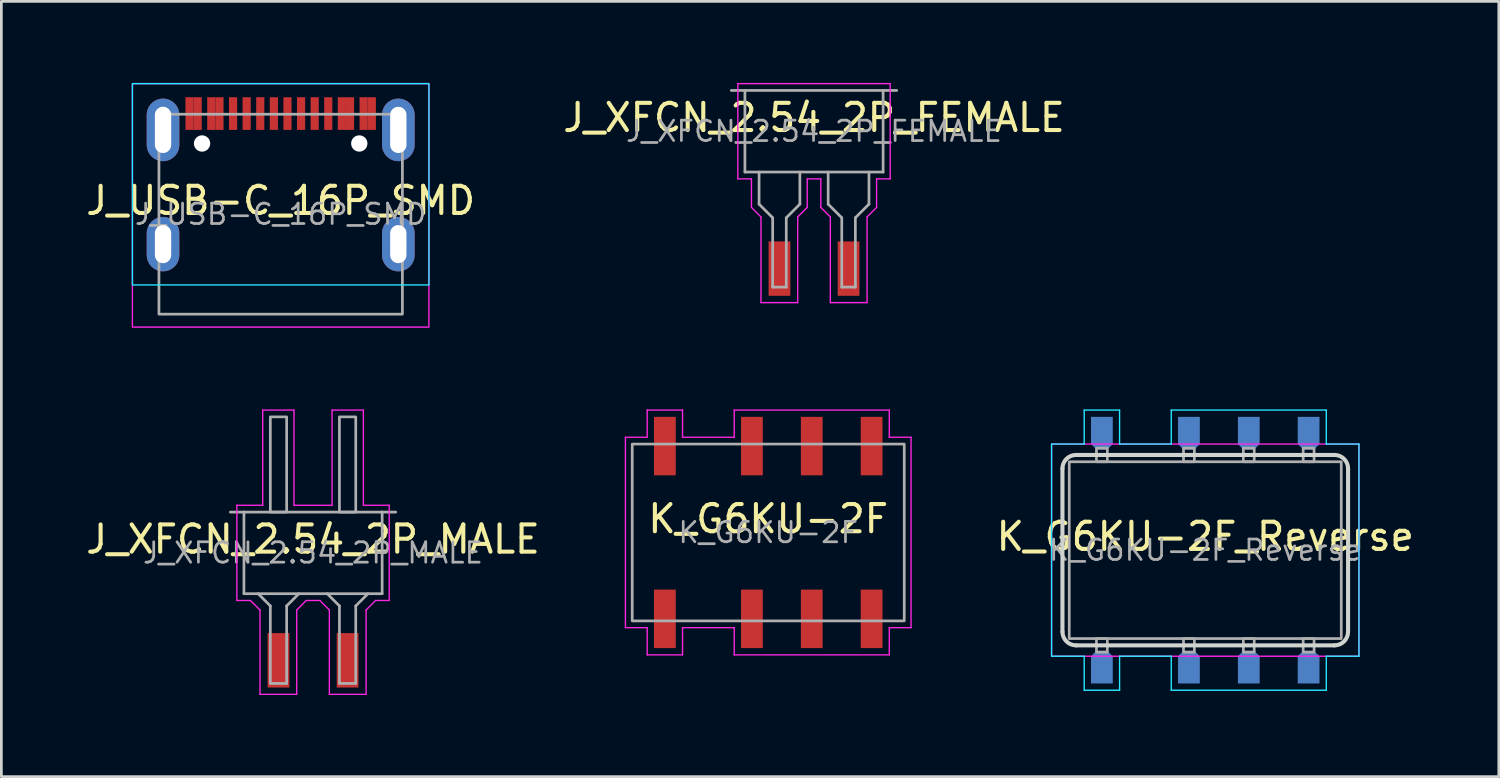
<source format=kicad_pcb>
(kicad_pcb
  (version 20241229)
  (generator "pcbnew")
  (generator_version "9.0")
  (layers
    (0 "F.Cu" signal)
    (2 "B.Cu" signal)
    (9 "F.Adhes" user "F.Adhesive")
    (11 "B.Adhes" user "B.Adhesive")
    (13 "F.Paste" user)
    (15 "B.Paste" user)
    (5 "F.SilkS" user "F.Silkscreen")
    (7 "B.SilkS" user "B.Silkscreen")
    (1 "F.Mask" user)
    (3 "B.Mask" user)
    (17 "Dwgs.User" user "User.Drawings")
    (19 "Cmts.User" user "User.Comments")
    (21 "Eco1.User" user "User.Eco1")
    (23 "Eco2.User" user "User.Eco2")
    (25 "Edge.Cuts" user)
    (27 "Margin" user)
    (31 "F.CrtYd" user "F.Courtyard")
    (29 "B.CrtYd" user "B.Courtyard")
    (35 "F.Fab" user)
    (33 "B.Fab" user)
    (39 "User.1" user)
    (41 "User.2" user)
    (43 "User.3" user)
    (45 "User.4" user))
  (footprint "J_USB-C_16P_SMD"
    (layer "F.Cu")
    (at 7.268 4.825)
    (property "Reference" "J_USB-C_16P_SMD" (at 0 -0.5 0) (unlocked yes) (layer "F.SilkS") (effects (font (size 1 1) (thickness 0.15))))
    (attr smd)
    (fp_rect (start -5.45 -4.8) (end 5.45 2.6) (stroke (width 0.05) (type default)) (fill no) (layer "B.CrtYd"))
    (fp_rect (start -5.45 -4.8) (end 5.45 4.15) (stroke (width 0.05) (type default)) (fill no) (layer "F.CrtYd"))
    (fp_rect (start -4.475 3.675) (end 4.475 -3.675) (stroke (width 0.1) (type default)) (fill no) (layer "F.Fab"))
    (fp_text user "${REFERENCE}" (at 0 0 0) (layer "F.Fab") (effects (font (size 0.75 0.75) (thickness 0.1))))
    (pad "" np_thru_hole circle (at -2.89 -2.6 270) (size 0.6 0.6) (drill 0.6) (layers "*.Cu" "*.Mask"))
    (pad "" np_thru_hole circle (at 2.89 -2.6 270) (size 0.6 0.6) (drill 0.6) (layers "*.Cu" "*.Mask"))
    (pad "A1" smd rect (at -3.35 -3.7) (size 0.3 1.2) (layers "F.Cu" "F.Mask" "F.Paste"))
    (pad "A4" smd rect (at -2.55 -3.7) (size 0.3 1.2) (layers "F.Cu" "F.Mask" "F.Paste"))
    (pad "A5" smd rect (at -1.25 -3.7) (size 0.3 1.2) (layers "F.Cu" "F.Mask" "F.Paste"))
    (pad "A6" smd rect (at -0.25 -3.7) (size 0.3 1.2) (layers "F.Cu" "F.Mask" "F.Paste"))
    (pad "A7" smd rect (at 0.25 -3.7) (size 0.3 1.2) (layers "F.Cu" "F.Mask" "F.Paste"))
    (pad "A8" smd rect (at 1.25 -3.7) (size 0.3 1.2) (layers "F.Cu" "F.Mask" "F.Paste"))
    (pad "A9" smd rect (at 2.55 -3.7) (size 0.3 1.2) (layers "F.Cu" "F.Mask" "F.Paste"))
    (pad "A12" smd rect (at 3.35 -3.7) (size 0.3 1.2) (layers "F.Cu" "F.Mask" "F.Paste"))
    (pad "B1" smd rect (at 3.05 -3.7) (size 0.3 1.2) (layers "F.Cu" "F.Mask" "F.Paste"))
    (pad "B4" smd rect (at 2.25 -3.7) (size 0.3 1.2) (layers "F.Cu" "F.Mask" "F.Paste"))
    (pad "B5" smd rect (at 1.75 -3.7) (size 0.3 1.2) (layers "F.Cu" "F.Mask" "F.Paste"))
    (pad "B6" smd rect (at 0.75 -3.7) (size 0.3 1.2) (layers "F.Cu" "F.Mask" "F.Paste"))
    (pad "B7" smd rect (at -0.75 -3.7) (size 0.3 1.2) (layers "F.Cu" "F.Mask" "F.Paste"))
    (pad "B8" smd rect (at -1.75 -3.7) (size 0.3 1.2) (layers "F.Cu" "F.Mask" "F.Paste"))
    (pad "B9" smd rect (at -2.25 -3.7) (size 0.3 1.2) (layers "F.Cu" "F.Mask" "F.Paste"))
    (pad "B12" smd rect (at -3.05 -3.7) (size 0.3 1.2) (layers "F.Cu" "F.Mask" "F.Paste"))
    (pad "S1" thru_hole oval (at -4.325 -3.1 270) (size 2.3 1.2) (drill oval 1.7 0.6) (layers "*.Cu" "*.Mask"))
    (pad "S1" thru_hole oval (at -4.325 1.1 270) (size 2 1.2) (drill oval 1.4 0.6) (layers "*.Cu" "*.Mask"))
    (pad "S1" thru_hole oval (at 4.325 -3.1 270) (size 2.3 1.2) (drill oval 1.7 0.6) (layers "*.Cu" "*.Mask"))
    (pad "S1" thru_hole oval (at 4.325 1.1 270) (size 2 1.2) (drill oval 1.4 0.6) (layers "*.Cu" "*.Mask")))
  (footprint "K_G6KU-2F_Reverse"
    (layer "F.Cu")
    (at 41.258 17.175)
    (property "Reference" "K_G6KU-2F_Reverse" (at 0 -0.5 0) (unlocked yes) (layer "F.SilkS") (effects (font (size 1 1) (thickness 0.15))))
    (attr smd)
    (fp_line (start -5.25 3) (end -5.25 -3) (stroke (width 0.15) (type default)) (layer "Edge.Cuts"))
    (fp_line (start -4.75 -3.5) (end 4.75 -3.5) (stroke (width 0.15) (type default)) (layer "Edge.Cuts"))
    (fp_line (start 4.75 3.5) (end -4.75 3.5) (stroke (width 0.15) (type default)) (layer "Edge.Cuts"))
    (fp_line (start 5.25 -3) (end 5.25 3) (stroke (width 0.15) (type default)) (layer "Edge.Cuts"))
    (fp_arc (start -5.25 -3) (mid -5.103553 -3.353553) (end -4.75 -3.5) (stroke (width 0.15) (type default)) (layer "Edge.Cuts"))
    (fp_arc (start -4.75 3.5) (mid -5.103553 3.353553) (end -5.25 3) (stroke (width 0.15) (type default)) (layer "Edge.Cuts"))
    (fp_arc (start 4.75 -3.5) (mid 5.103553 -3.353553) (end 5.25 -3) (stroke (width 0.15) (type default)) (layer "Edge.Cuts"))
    (fp_arc (start 5.25 3) (mid 5.103553 3.353553) (end 4.75 3.5) (stroke (width 0.15) (type default)) (layer "Edge.Cuts"))
    (fp_line (start -5.65 -3.9) (end -5.65 3.9) (stroke (width 0.05) (type default)) (layer "B.CrtYd"))
    (fp_line (start -5.65 3.9) (end -4.45 3.9) (stroke (width 0.05) (type default)) (layer "B.CrtYd"))
    (fp_line (start -4.45 -5.15) (end -4.45 -3.9) (stroke (width 0.05) (type default)) (layer "B.CrtYd"))
    (fp_line (start -4.45 -3.9) (end -5.65 -3.9) (stroke (width 0.05) (type default)) (layer "B.CrtYd"))
    (fp_line (start -4.45 3.9) (end -4.45 5.15) (stroke (width 0.05) (type default)) (layer "B.CrtYd"))
    (fp_line (start -4.45 5.15) (end -3.15 5.15) (stroke (width 0.05) (type default)) (layer "B.CrtYd"))
    (fp_line (start -3.15 -5.15) (end -4.45 -5.15) (stroke (width 0.05) (type default)) (layer "B.CrtYd"))
    (fp_line (start -3.15 -3.9) (end -3.15 -5.15) (stroke (width 0.05) (type default)) (layer "B.CrtYd"))
    (fp_line (start -3.15 3.9) (end -1.25 3.9) (stroke (width 0.05) (type default)) (layer "B.CrtYd"))
    (fp_line (start -3.15 5.15) (end -3.15 3.9) (stroke (width 0.05) (type default)) (layer "B.CrtYd"))
    (fp_line (start -1.25 -5.15) (end -1.25 -3.9) (stroke (width 0.05) (type default)) (layer "B.CrtYd"))
    (fp_line (start -1.25 -3.9) (end -3.15 -3.9) (stroke (width 0.05) (type default)) (layer "B.CrtYd"))
    (fp_line (start -1.25 3.9) (end -1.25 5.15) (stroke (width 0.05) (type default)) (layer "B.CrtYd"))
    (fp_line (start -1.25 5.15) (end 4.45 5.15) (stroke (width 0.05) (type default)) (layer "B.CrtYd"))
    (fp_line (start 4.45 -5.15) (end -1.25 -5.15) (stroke (width 0.05) (type default)) (layer "B.CrtYd"))
    (fp_line (start 4.45 -3.9) (end 4.45 -5.15) (stroke (width 0.05) (type default)) (layer "B.CrtYd"))
    (fp_line (start 4.45 3.9) (end 5.65 3.9) (stroke (width 0.05) (type default)) (layer "B.CrtYd"))
    (fp_line (start 4.45 5.15) (end 4.45 3.9) (stroke (width 0.05) (type default)) (layer "B.CrtYd"))
    (fp_line (start 5.65 -3.9) (end 4.45 -3.9) (stroke (width 0.05) (type default)) (layer "B.CrtYd"))
    (fp_line (start 5.65 3.9) (end 5.65 -3.9) (stroke (width 0.05) (type default)) (layer "B.CrtYd"))
    (fp_rect (start -5.65 3.9) (end 5.65 -3.9) (stroke (width 0.05) (type default)) (fill no) (layer "F.CrtYd"))
    (fp_rect (start -4 -3.25) (end -3.6 -3.75) (stroke (width 0.1) (type default)) (fill no) (layer "F.Fab"))
    (fp_rect (start -3.6 3.25) (end -4 3.75) (stroke (width 0.1) (type default)) (fill no) (layer "F.Fab"))
    (fp_rect (start -0.8 -3.25) (end -0.4 -3.75) (stroke (width 0.1) (type default)) (fill no) (layer "F.Fab"))
    (fp_rect (start -0.4 3.25) (end -0.8 3.75) (stroke (width 0.1) (type default)) (fill no) (layer "F.Fab"))
    (fp_rect (start 1.4 -3.25) (end 1.8 -3.75) (stroke (width 0.1) (type default)) (fill no) (layer "F.Fab"))
    (fp_rect (start 1.8 3.25) (end 1.4 3.75) (stroke (width 0.1) (type default)) (fill no) (layer "F.Fab"))
    (fp_rect (start 3.6 -3.25) (end 4 -3.75) (stroke (width 0.1) (type default)) (fill no) (layer "F.Fab"))
    (fp_rect (start 4 3.25) (end 3.6 3.75) (stroke (width 0.1) (type default)) (fill no) (layer "F.Fab"))
    (fp_rect (start 5 -3.25) (end -5 3.25) (stroke (width 0.1) (type default)) (fill no) (layer "F.Fab"))
    (fp_text user "${REFERENCE}" (at 0 0 180) (layer "F.Fab") (effects (font (size 0.75 0.75) (thickness 0.1))))
    (pad "1" smd roundrect (at -3.8 4.3 270) (size 1.2 0.8) (layers "B.Cu" "B.Mask") (roundrect_rratio 0) (chamfer_ratio 0.25) (chamfer top_left bottom_left))
    (pad "2" smd roundrect (at -0.6 4.3 270) (size 1.2 0.8) (layers "B.Cu" "B.Mask") (roundrect_rratio 0) (chamfer_ratio 0.25) (chamfer top_left bottom_left))
    (pad "3" smd roundrect (at 1.6 4.3 270) (size 1.2 0.8) (layers "B.Cu" "B.Mask") (roundrect_rratio 0) (chamfer_ratio 0.25) (chamfer top_left bottom_left))
    (pad "4" smd roundrect (at 3.8 4.3 270) (size 1.2 0.8) (layers "B.Cu" "B.Mask") (roundrect_rratio 0) (chamfer_ratio 0.25) (chamfer top_left bottom_left))
    (pad "5" smd roundrect (at 3.8 -4.3 90) (size 1.2 0.8) (layers "B.Cu" "B.Mask") (roundrect_rratio 0) (chamfer_ratio 0.25) (chamfer top_left bottom_left))
    (pad "6" smd roundrect (at 1.6 -4.3 90) (size 1.2 0.8) (layers "B.Cu" "B.Mask") (roundrect_rratio 0) (chamfer_ratio 0.25) (chamfer top_left bottom_left))
    (pad "7" smd roundrect (at -0.6 -4.3 90) (size 1.2 0.8) (layers "B.Cu" "B.Mask") (roundrect_rratio 0) (chamfer_ratio 0.25) (chamfer top_left bottom_left))
    (pad "8" smd roundrect (at -3.8 -4.3 90) (size 1.2 0.8) (layers "B.Cu" "B.Mask") (roundrect_rratio 0) (chamfer_ratio 0.25) (chamfer top_left bottom_left)))
  (footprint "K_G6KU-2F"
    (layer "F.Cu")
    (at 25.192 16.525)
    (property "Reference" "K_G6KU-2F" (at 0 -0.5 0) (unlocked yes) (layer "F.SilkS") (effects (font (size 1 1) (thickness 0.15))))
    (attr smd)
    (fp_line (start -5.25 -3.5) (end -4.45 -3.5) (stroke (width 0.05) (type default)) (layer "F.CrtYd"))
    (fp_line (start -5.25 3.5) (end -5.25 -3.5) (stroke (width 0.05) (type default)) (layer "F.CrtYd"))
    (fp_line (start -5.25 3.5) (end -4.45 3.5) (stroke (width 0.05) (type default)) (layer "F.CrtYd"))
    (fp_line (start -4.45 -4.5) (end -3.15 -4.5) (stroke (width 0.05) (type default)) (layer "F.CrtYd"))
    (fp_line (start -4.45 -3.5) (end -4.45 -4.5) (stroke (width 0.05) (type default)) (layer "F.CrtYd"))
    (fp_line (start -4.45 3.5) (end -4.45 4.5) (stroke (width 0.05) (type default)) (layer "F.CrtYd"))
    (fp_line (start -4.45 4.5) (end -3.15 4.5) (stroke (width 0.05) (type default)) (layer "F.CrtYd"))
    (fp_line (start -3.15 -4.5) (end -3.15 -3.5) (stroke (width 0.05) (type default)) (layer "F.CrtYd"))
    (fp_line (start -3.15 -3.5) (end -1.25 -3.5) (stroke (width 0.05) (type default)) (layer "F.CrtYd"))
    (fp_line (start -3.15 3.5) (end -1.25 3.5) (stroke (width 0.05) (type default)) (layer "F.CrtYd"))
    (fp_line (start -3.15 4.5) (end -3.15 3.5) (stroke (width 0.05) (type default)) (layer "F.CrtYd"))
    (fp_line (start -1.25 -4.5) (end 4.45 -4.5) (stroke (width 0.05) (type default)) (layer "F.CrtYd"))
    (fp_line (start -1.25 -3.5) (end -1.25 -4.5) (stroke (width 0.05) (type default)) (layer "F.CrtYd"))
    (fp_line (start -1.25 3.5) (end -1.25 4.5) (stroke (width 0.05) (type default)) (layer "F.CrtYd"))
    (fp_line (start -1.25 4.5) (end 4.45 4.5) (stroke (width 0.05) (type default)) (layer "F.CrtYd"))
    (fp_line (start 4.45 -3.5) (end 4.45 -4.5) (stroke (width 0.05) (type default)) (layer "F.CrtYd"))
    (fp_line (start 4.45 3.5) (end 4.45 4.5) (stroke (width 0.05) (type default)) (layer "F.CrtYd"))
    (fp_line (start 5.25 -3.5) (end 4.45 -3.5) (stroke (width 0.05) (type default)) (layer "F.CrtYd"))
    (fp_line (start 5.25 -3.5) (end 5.25 3.5) (stroke (width 0.05) (type default)) (layer "F.CrtYd"))
    (fp_line (start 5.25 3.5) (end 4.45 3.5) (stroke (width 0.05) (type default)) (layer "F.CrtYd"))
    (fp_rect (start 5 -3.25) (end -5 3.25) (stroke (width 0.1) (type default)) (fill no) (layer "F.Fab"))
    (fp_text user "${REFERENCE}" (at 0 0 180) (layer "F.Fab") (effects (font (size 0.75 0.75) (thickness 0.1))))
    (pad "1" smd rect (at -3.8 3.175 90) (size 2.15 0.8) (layers "F.Cu" "F.Mask" "F.Paste"))
    (pad "2" smd rect (at -0.6 3.175 90) (size 2.15 0.8) (layers "F.Cu" "F.Mask" "F.Paste"))
    (pad "3" smd rect (at 1.6 3.175 90) (size 2.15 0.8) (layers "F.Cu" "F.Mask" "F.Paste"))
    (pad "4" smd rect (at 3.8 3.175 90) (size 2.15 0.8) (layers "F.Cu" "F.Mask" "F.Paste"))
    (pad "5" smd rect (at 3.8 -3.175 90) (size 2.15 0.8) (layers "F.Cu" "F.Mask" "F.Paste"))
    (pad "6" smd rect (at 1.6 -3.175 90) (size 2.15 0.8) (layers "F.Cu" "F.Mask" "F.Paste"))
    (pad "7" smd rect (at -0.6 -3.175 90) (size 2.15 0.8) (layers "F.Cu" "F.Mask" "F.Paste"))
    (pad "8" smd rect (at -3.8 -3.175 90) (size 2.15 0.8) (layers "F.Cu" "F.Mask" "F.Paste")))
  (footprint "J_XFCN_2.54_2P_FEMALE"
    (layer "F.Cu")
    (at 26.875 1.775)
    (property "Reference" "J_XFCN_2.54_2P_FEMALE" (at 0 -0.5 0) (unlocked yes) (layer "F.SilkS") (effects (font (size 1 1) (thickness 0.15))))
    (attr smd)
    (fp_line (start -2.8 -1.75) (end -2.8 1.75) (stroke (width 0.05) (type default)) (layer "F.CrtYd"))
    (fp_line (start -2.8 1.75) (end -2.3 1.75) (stroke (width 0.05) (type default)) (layer "F.CrtYd"))
    (fp_line (start -2.3 1.75) (end -2.3 2.8) (stroke (width 0.05) (type default)) (layer "F.CrtYd"))
    (fp_line (start -1.95 3.15) (end -2.3 2.8) (stroke (width 0.05) (type default)) (layer "F.CrtYd"))
    (fp_line (start -1.95 3.15) (end -1.95 6.3) (stroke (width 0.05) (type default)) (layer "F.CrtYd"))
    (fp_line (start -1.95 6.3) (end -0.6 6.3) (stroke (width 0.05) (type default)) (layer "F.CrtYd"))
    (fp_line (start -0.6 6.3) (end -0.6 3.15) (stroke (width 0.05) (type default)) (layer "F.CrtYd"))
    (fp_line (start -0.25 1.75) (end 0.25 1.75) (stroke (width 0.05) (type default)) (layer "F.CrtYd"))
    (fp_line (start -0.25 2.8) (end -0.6 3.15) (stroke (width 0.05) (type default)) (layer "F.CrtYd"))
    (fp_line (start -0.25 2.8) (end -0.25 1.75) (stroke (width 0.05) (type default)) (layer "F.CrtYd"))
    (fp_line (start 0.25 1.75) (end 0.25 2.8) (stroke (width 0.05) (type default)) (layer "F.CrtYd"))
    (fp_line (start 0.6 3.15) (end 0.25 2.8) (stroke (width 0.05) (type default)) (layer "F.CrtYd"))
    (fp_line (start 0.6 3.15) (end 0.6 6.3) (stroke (width 0.05) (type default)) (layer "F.CrtYd"))
    (fp_line (start 0.6 6.3) (end 1.95 6.3) (stroke (width 0.05) (type default)) (layer "F.CrtYd"))
    (fp_line (start 1.95 6.3) (end 1.95 3.15) (stroke (width 0.05) (type default)) (layer "F.CrtYd"))
    (fp_line (start 2.3 2.8) (end 1.95 3.15) (stroke (width 0.05) (type default)) (layer "F.CrtYd"))
    (fp_line (start 2.3 2.8) (end 2.3 1.75) (stroke (width 0.05) (type default)) (layer "F.CrtYd"))
    (fp_line (start 2.8 -1.75) (end -2.8 -1.75) (stroke (width 0.05) (type default)) (layer "F.CrtYd"))
    (fp_line (start 2.8 1.75) (end 2.3 1.75) (stroke (width 0.05) (type default)) (layer "F.CrtYd"))
    (fp_line (start 2.8 1.75) (end 2.8 -1.75) (stroke (width 0.05) (type default)) (layer "F.CrtYd"))
    (fp_line (start -3.04 -1.5) (end -2.54 -1.5) (stroke (width 0.1) (type default)) (layer "F.Fab"))
    (fp_line (start -2.54 -1.5) (end -2.54 1.5) (stroke (width 0.1) (type default)) (layer "F.Fab"))
    (fp_line (start -2.54 -1.5) (end 2.54 -1.5) (stroke (width 0.1) (type default)) (layer "F.Fab"))
    (fp_line (start -2.54 1.5) (end 2.54 1.5) (stroke (width 0.1) (type default)) (layer "F.Fab"))
    (fp_line (start -2.02 2.68) (end -2.02 1.5) (stroke (width 0.1) (type default)) (layer "F.Fab"))
    (fp_line (start -1.52 3.18) (end -1.52 5.73) (stroke (width 0.1) (type default)) (layer "F.Fab"))
    (fp_line (start -1.52 5.73) (end -1.02 5.73) (stroke (width 0.1) (type default)) (layer "F.Fab"))
    (fp_line (start -1.52 3.18) (end -2.02 2.68) (stroke (width 0.1) (type default)) (layer "F.Fab"))
    (fp_line (start -1.02 3.18) (end -1.02 5.73) (stroke (width 0.1) (type default)) (layer "F.Fab"))
    (fp_line (start -1.02 3.18) (end -0.52 2.68) (stroke (width 0.1) (type default)) (layer "F.Fab"))
    (fp_line (start -0.52 2.68) (end -0.52 1.5) (stroke (width 0.1) (type default)) (layer "F.Fab"))
    (fp_line (start 0.52 2.68) (end 0.52 1.5) (stroke (width 0.1) (type default)) (layer "F.Fab"))
    (fp_line (start 1.02 3.18) (end 1.02 5.73) (stroke (width 0.1) (type default)) (layer "F.Fab"))
    (fp_line (start 1.02 5.73) (end 1.52 5.73) (stroke (width 0.1) (type default)) (layer "F.Fab"))
    (fp_line (start 1.02 3.18) (end 0.52 2.68) (stroke (width 0.1) (type default)) (layer "F.Fab"))
    (fp_line (start 1.52 3.18) (end 1.52 5.73) (stroke (width 0.1) (type default)) (layer "F.Fab"))
    (fp_line (start 1.52 3.18) (end 2.02 2.68) (stroke (width 0.1) (type default)) (layer "F.Fab"))
    (fp_line (start 2.02 2.68) (end 2.02 1.5) (stroke (width 0.1) (type default)) (layer "F.Fab"))
    (fp_line (start 2.54 -1.5) (end 2.54 1.5) (stroke (width 0.1) (type default)) (layer "F.Fab"))
    (fp_line (start 3.04 -1.5) (end 2.54 -1.5) (stroke (width 0.1) (type default)) (layer "F.Fab"))
    (fp_text user "${REFERENCE}" (at 0 0 0) (layer "F.Fab") (effects (font (size 0.75 0.75) (thickness 0.1))))
    (pad "1" smd rect (at -1.27 5.05 180) (size 0.8 2) (layers "F.Cu" "F.Mask" "F.Paste"))
    (pad "2" smd rect (at 1.27 5.05 180) (size 0.8 2) (layers "F.Cu" "F.Mask" "F.Paste")))
  (footprint "J_XFCN_2.54_2P_MALE"
    (layer "F.Cu")
    (at 8.458 17.275)
    (property "Reference" "J_XFCN_2.54_2P_MALE" (at 0 -0.5 0) (unlocked yes) (layer "F.SilkS") (effects (font (size 1 1) (thickness 0.15))))
    (attr smd)
    (fp_line (start -2.8 -1.75) (end -2.8 1.75) (stroke (width 0.05) (type default)) (layer "F.CrtYd"))
    (fp_line (start -2.8 -1.75) (end -1.85 -1.75) (stroke (width 0.05) (type default)) (layer "F.CrtYd"))
    (fp_line (start -2.8 1.75) (end -2.3 1.75) (stroke (width 0.05) (type default)) (layer "F.CrtYd"))
    (fp_line (start -2.3 1.75) (end -1.95 2.1) (stroke (width 0.05) (type default)) (layer "F.CrtYd"))
    (fp_line (start -1.95 2.1) (end -1.95 5.2) (stroke (width 0.05) (type default)) (layer "F.CrtYd"))
    (fp_line (start -1.95 5.2) (end -0.6 5.2) (stroke (width 0.05) (type default)) (layer "F.CrtYd"))
    (fp_line (start -1.85 -5.25) (end -0.7 -5.25) (stroke (width 0.05) (type default)) (layer "F.CrtYd"))
    (fp_line (start -1.85 -1.75) (end -1.85 -5.25) (stroke (width 0.05) (type default)) (layer "F.CrtYd"))
    (fp_line (start -0.7 -5.25) (end -0.7 -1.75) (stroke (width 0.05) (type default)) (layer "F.CrtYd"))
    (fp_line (start -0.6 5.2) (end -0.6 2.1) (stroke (width 0.05) (type default)) (layer "F.CrtYd"))
    (fp_line (start -0.25 1.75) (end -0.6 2.1) (stroke (width 0.05) (type default)) (layer "F.CrtYd"))
    (fp_line (start -0.25 1.75) (end 0.25 1.75) (stroke (width 0.05) (type default)) (layer "F.CrtYd"))
    (fp_line (start 0.25 1.75) (end 0.6 2.1) (stroke (width 0.05) (type default)) (layer "F.CrtYd"))
    (fp_line (start 0.6 2.1) (end 0.6 5.2) (stroke (width 0.05) (type default)) (layer "F.CrtYd"))
    (fp_line (start 0.6 5.2) (end 1.95 5.2) (stroke (width 0.05) (type default)) (layer "F.CrtYd"))
    (fp_line (start 0.7 -5.25) (end 0.7 -1.75) (stroke (width 0.05) (type default)) (layer "F.CrtYd"))
    (fp_line (start 0.7 -1.75) (end -0.7 -1.75) (stroke (width 0.05) (type default)) (layer "F.CrtYd"))
    (fp_line (start 1.85 -5.25) (end 0.7 -5.25) (stroke (width 0.05) (type default)) (layer "F.CrtYd"))
    (fp_line (start 1.85 -1.75) (end 1.85 -5.25) (stroke (width 0.05) (type default)) (layer "F.CrtYd"))
    (fp_line (start 1.95 5.2) (end 1.95 2.1) (stroke (width 0.05) (type default)) (layer "F.CrtYd"))
    (fp_line (start 2.3 1.75) (end 1.95 2.1) (stroke (width 0.05) (type default)) (layer "F.CrtYd"))
    (fp_line (start 2.8 -1.75) (end 1.85 -1.75) (stroke (width 0.05) (type default)) (layer "F.CrtYd"))
    (fp_line (start 2.8 1.75) (end 2.3 1.75) (stroke (width 0.05) (type default)) (layer "F.CrtYd"))
    (fp_line (start 2.8 1.75) (end 2.8 -1.75) (stroke (width 0.05) (type default)) (layer "F.CrtYd"))
    (fp_line (start -3.04 -1.5) (end -2.54 -1.5) (stroke (width 0.1) (type default)) (layer "F.Fab"))
    (fp_line (start -2.54 -1.5) (end -2.54 1.5) (stroke (width 0.1) (type default)) (layer "F.Fab"))
    (fp_line (start -2.54 -1.5) (end 2.54 -1.5) (stroke (width 0.1) (type default)) (layer "F.Fab"))
    (fp_line (start -2.54 1.5) (end 2.54 1.5) (stroke (width 0.1) (type default)) (layer "F.Fab"))
    (fp_line (start -1.57 1.95) (end -2.02 1.5) (stroke (width 0.1) (type default)) (layer "F.Fab"))
    (fp_line (start -1.57 4.8) (end -1.57 1.95) (stroke (width 0.1) (type default)) (layer "F.Fab"))
    (fp_line (start -0.97 1.95) (end -0.52 1.5) (stroke (width 0.1) (type default)) (layer "F.Fab"))
    (fp_line (start -0.97 4.8) (end -1.57 4.8) (stroke (width 0.1) (type default)) (layer "F.Fab"))
    (fp_line (start -0.97 4.8) (end -0.97 1.95) (stroke (width 0.1) (type default)) (layer "F.Fab"))
    (fp_line (start 0.97 1.95) (end 0.52 1.5) (stroke (width 0.1) (type default)) (layer "F.Fab"))
    (fp_line (start 0.97 4.8) (end 0.97 1.95) (stroke (width 0.1) (type default)) (layer "F.Fab"))
    (fp_line (start 1.57 1.95) (end 2.02 1.5) (stroke (width 0.1) (type default)) (layer "F.Fab"))
    (fp_line (start 1.57 4.8) (end 0.97 4.8) (stroke (width 0.1) (type default)) (layer "F.Fab"))
    (fp_line (start 1.57 4.8) (end 1.57 1.95) (stroke (width 0.1) (type default)) (layer "F.Fab"))
    (fp_line (start 2.54 -1.5) (end 2.54 1.5) (stroke (width 0.1) (type default)) (layer "F.Fab"))
    (fp_line (start 3.04 -1.5) (end 2.54 -1.5) (stroke (width 0.1) (type default)) (layer "F.Fab"))
    (fp_rect (start -1.57 -5) (end -0.97 -1.5) (stroke (width 0.1) (type default)) (fill no) (layer "F.Fab"))
    (fp_rect (start 0.97 -5) (end 1.57 -1.5) (stroke (width 0.1) (type default)) (fill no) (layer "F.Fab"))
    (fp_text user "${REFERENCE}" (at 0 0 0) (layer "F.Fab") (effects (font (size 0.75 0.75) (thickness 0.1))))
    (pad "1" smd rect (at -1.27 3.95 180) (size 0.8 2) (layers "F.Cu" "F.Mask" "F.Paste"))
    (pad "2" smd rect (at 1.27 3.95 180) (size 0.8 2) (layers "F.Cu" "F.Mask" "F.Paste")))
  (gr_rect
    (start -3 -3)
    (end 52.05 25.5)
    (stroke (width 0.1) (type default))
    (fill no)
    (layer "Edge.Cuts")))
</source>
